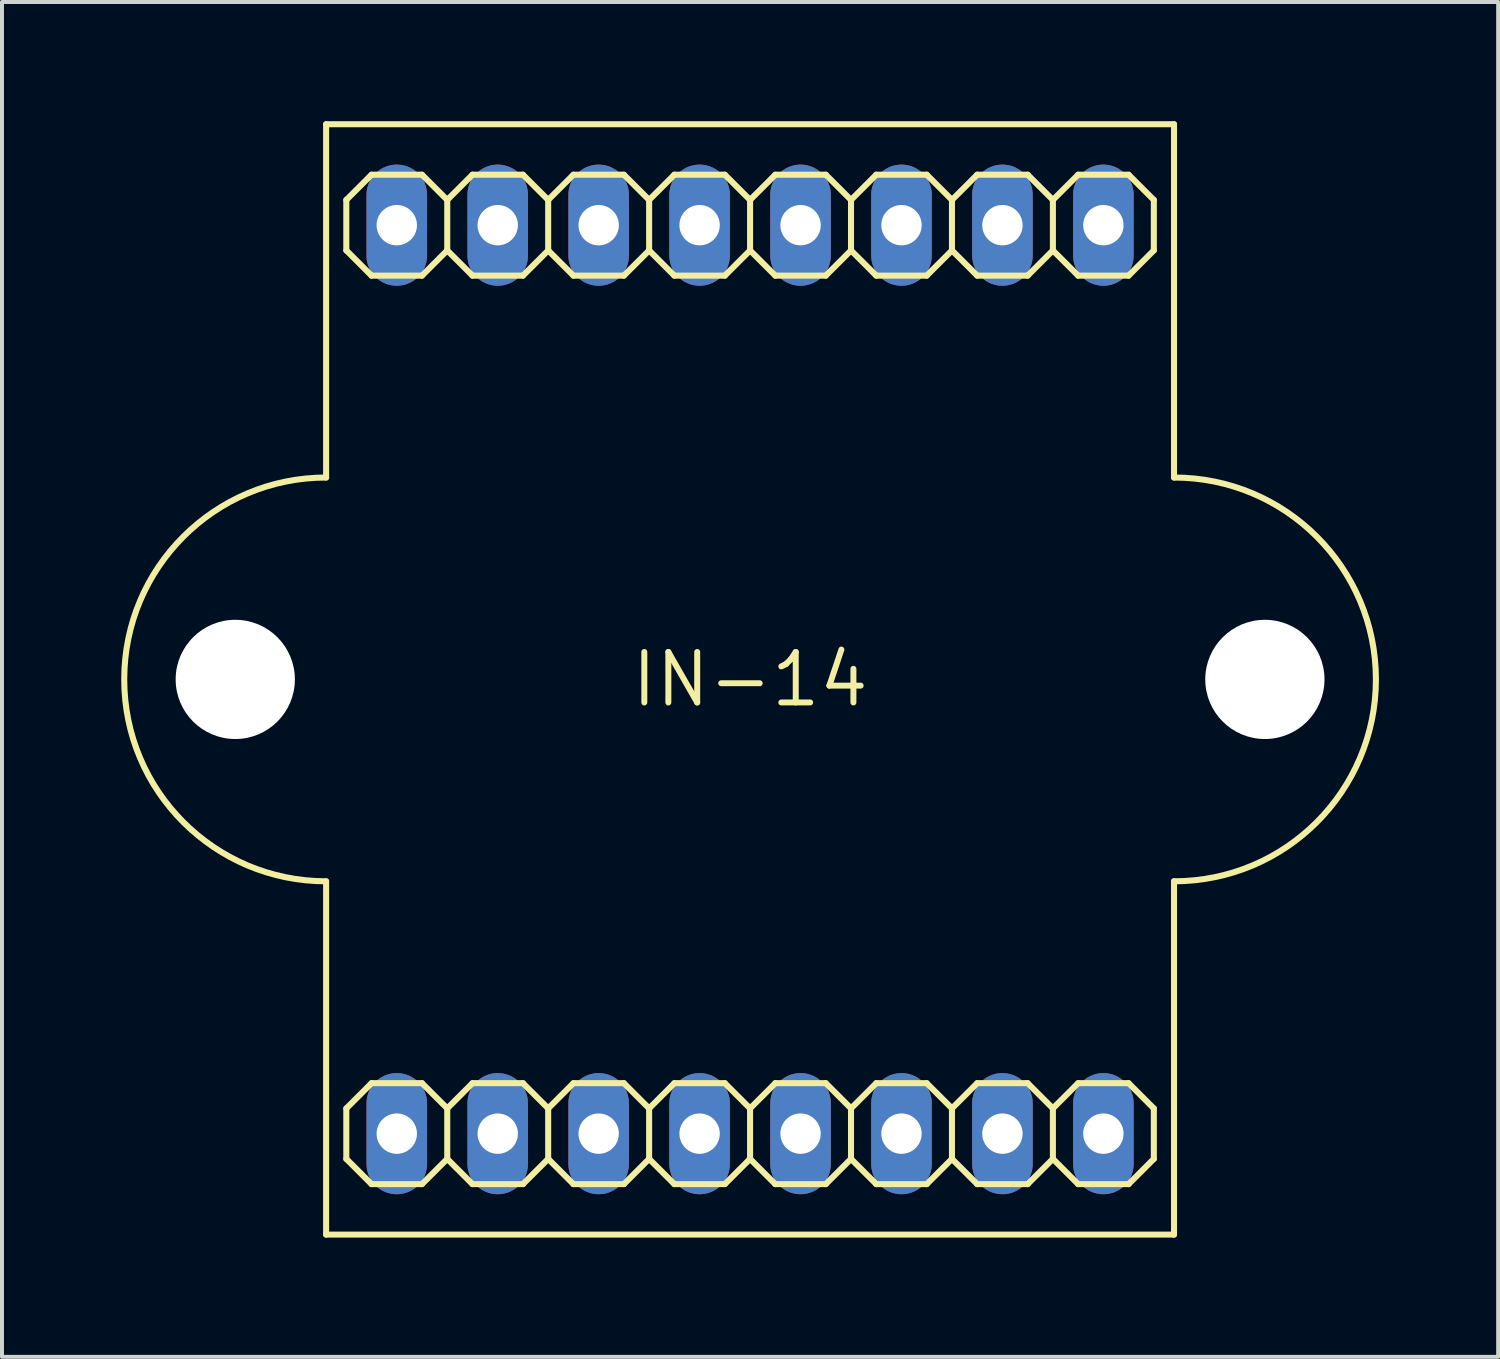
<source format=kicad_pcb>
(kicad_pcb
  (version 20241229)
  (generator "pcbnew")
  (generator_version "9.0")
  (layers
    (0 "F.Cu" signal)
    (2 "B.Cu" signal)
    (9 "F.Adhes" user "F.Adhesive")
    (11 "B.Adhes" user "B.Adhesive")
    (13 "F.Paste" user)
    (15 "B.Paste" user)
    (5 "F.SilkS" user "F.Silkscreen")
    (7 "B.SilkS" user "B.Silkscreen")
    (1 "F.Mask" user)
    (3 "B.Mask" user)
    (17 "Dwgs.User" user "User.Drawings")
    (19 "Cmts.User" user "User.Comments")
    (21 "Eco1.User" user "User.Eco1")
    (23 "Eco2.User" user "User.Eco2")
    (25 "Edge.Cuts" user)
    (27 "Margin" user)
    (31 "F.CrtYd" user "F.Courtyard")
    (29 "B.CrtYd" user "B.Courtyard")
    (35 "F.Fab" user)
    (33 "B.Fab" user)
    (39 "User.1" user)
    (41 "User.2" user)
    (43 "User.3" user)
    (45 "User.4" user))
  (footprint "IN-14"
    (layer "F.Cu")
    (at 15.824 14.046)
    (property "Reference" "IN-14" (at 0 0 0) (layer "F.SilkS") (effects (font (size 1.27 1.27) (thickness 0.15))))
    (attr through_hole)
    (fp_line (start -10.668 -13.97) (end -10.668 -5.08) (stroke (width 0.152) (type solid)) (layer "F.SilkS"))
    (fp_line (start -10.668 -13.97) (end 10.668 -13.97) (stroke (width 0.152) (type solid)) (layer "F.SilkS"))
    (fp_line (start -10.668 5.08) (end -10.668 13.97) (stroke (width 0.152) (type solid)) (layer "F.SilkS"))
    (fp_line (start -10.668 13.97) (end 10.668 13.97) (stroke (width 0.152) (type solid)) (layer "F.SilkS"))
    (fp_line (start -10.16 -12.065) (end -10.16 -10.795) (stroke (width 0.152) (type solid)) (layer "F.SilkS"))
    (fp_line (start -10.16 -10.795) (end -9.525 -10.16) (stroke (width 0.152) (type solid)) (layer "F.SilkS"))
    (fp_line (start -10.16 10.795) (end -10.16 12.065) (stroke (width 0.152) (type solid)) (layer "F.SilkS"))
    (fp_line (start -10.16 12.065) (end -9.525 12.7) (stroke (width 0.152) (type solid)) (layer "F.SilkS"))
    (fp_line (start -9.525 -12.7) (end -10.16 -12.065) (stroke (width 0.152) (type solid)) (layer "F.SilkS"))
    (fp_line (start -9.525 -12.7) (end -8.255 -12.7) (stroke (width 0.152) (type solid)) (layer "F.SilkS"))
    (fp_line (start -9.525 10.16) (end -10.16 10.795) (stroke (width 0.152) (type solid)) (layer "F.SilkS"))
    (fp_line (start -9.525 10.16) (end -8.255 10.16) (stroke (width 0.152) (type solid)) (layer "F.SilkS"))
    (fp_line (start -8.255 -12.7) (end -7.62 -12.065) (stroke (width 0.152) (type solid)) (layer "F.SilkS"))
    (fp_line (start -8.255 -10.16) (end -9.525 -10.16) (stroke (width 0.152) (type solid)) (layer "F.SilkS"))
    (fp_line (start -8.255 10.16) (end -7.62 10.795) (stroke (width 0.152) (type solid)) (layer "F.SilkS"))
    (fp_line (start -8.255 12.7) (end -9.525 12.7) (stroke (width 0.152) (type solid)) (layer "F.SilkS"))
    (fp_line (start -7.62 -12.065) (end -7.62 -10.795) (stroke (width 0.152) (type solid)) (layer "F.SilkS"))
    (fp_line (start -7.62 -12.065) (end -6.985 -12.7) (stroke (width 0.152) (type solid)) (layer "F.SilkS"))
    (fp_line (start -7.62 -10.795) (end -8.255 -10.16) (stroke (width 0.152) (type solid)) (layer "F.SilkS"))
    (fp_line (start -7.62 10.795) (end -7.62 12.065) (stroke (width 0.152) (type solid)) (layer "F.SilkS"))
    (fp_line (start -7.62 10.795) (end -6.985 10.16) (stroke (width 0.152) (type solid)) (layer "F.SilkS"))
    (fp_line (start -7.62 12.065) (end -8.255 12.7) (stroke (width 0.152) (type solid)) (layer "F.SilkS"))
    (fp_line (start -6.985 -12.7) (end -5.715 -12.7) (stroke (width 0.152) (type solid)) (layer "F.SilkS"))
    (fp_line (start -6.985 -10.16) (end -7.62 -10.795) (stroke (width 0.152) (type solid)) (layer "F.SilkS"))
    (fp_line (start -6.985 10.16) (end -5.715 10.16) (stroke (width 0.152) (type solid)) (layer "F.SilkS"))
    (fp_line (start -6.985 12.7) (end -7.62 12.065) (stroke (width 0.152) (type solid)) (layer "F.SilkS"))
    (fp_line (start -5.715 -12.7) (end -5.08 -12.065) (stroke (width 0.152) (type solid)) (layer "F.SilkS"))
    (fp_line (start -5.715 -10.16) (end -6.985 -10.16) (stroke (width 0.152) (type solid)) (layer "F.SilkS"))
    (fp_line (start -5.715 10.16) (end -5.08 10.795) (stroke (width 0.152) (type solid)) (layer "F.SilkS"))
    (fp_line (start -5.715 12.7) (end -6.985 12.7) (stroke (width 0.152) (type solid)) (layer "F.SilkS"))
    (fp_line (start -5.08 -12.065) (end -5.08 -10.795) (stroke (width 0.152) (type solid)) (layer "F.SilkS"))
    (fp_line (start -5.08 -12.065) (end -4.445 -12.7) (stroke (width 0.152) (type solid)) (layer "F.SilkS"))
    (fp_line (start -5.08 -10.795) (end -5.715 -10.16) (stroke (width 0.152) (type solid)) (layer "F.SilkS"))
    (fp_line (start -5.08 10.795) (end -5.08 12.065) (stroke (width 0.152) (type solid)) (layer "F.SilkS"))
    (fp_line (start -5.08 10.795) (end -4.445 10.16) (stroke (width 0.152) (type solid)) (layer "F.SilkS"))
    (fp_line (start -5.08 12.065) (end -5.715 12.7) (stroke (width 0.152) (type solid)) (layer "F.SilkS"))
    (fp_line (start -4.445 -12.7) (end -3.175 -12.7) (stroke (width 0.152) (type solid)) (layer "F.SilkS"))
    (fp_line (start -4.445 -10.16) (end -5.08 -10.795) (stroke (width 0.152) (type solid)) (layer "F.SilkS"))
    (fp_line (start -4.445 10.16) (end -3.175 10.16) (stroke (width 0.152) (type solid)) (layer "F.SilkS"))
    (fp_line (start -4.445 12.7) (end -5.08 12.065) (stroke (width 0.152) (type solid)) (layer "F.SilkS"))
    (fp_line (start -3.175 -12.7) (end -2.54 -12.065) (stroke (width 0.152) (type solid)) (layer "F.SilkS"))
    (fp_line (start -3.175 -10.16) (end -4.445 -10.16) (stroke (width 0.152) (type solid)) (layer "F.SilkS"))
    (fp_line (start -3.175 10.16) (end -2.54 10.795) (stroke (width 0.152) (type solid)) (layer "F.SilkS"))
    (fp_line (start -3.175 12.7) (end -4.445 12.7) (stroke (width 0.152) (type solid)) (layer "F.SilkS"))
    (fp_line (start -2.54 -12.065) (end -2.54 -10.795) (stroke (width 0.152) (type solid)) (layer "F.SilkS"))
    (fp_line (start -2.54 -10.795) (end -3.175 -10.16) (stroke (width 0.152) (type solid)) (layer "F.SilkS"))
    (fp_line (start -2.54 -10.795) (end -1.905 -10.16) (stroke (width 0.152) (type solid)) (layer "F.SilkS"))
    (fp_line (start -2.54 10.795) (end -2.54 12.065) (stroke (width 0.152) (type solid)) (layer "F.SilkS"))
    (fp_line (start -2.54 12.065) (end -3.175 12.7) (stroke (width 0.152) (type solid)) (layer "F.SilkS"))
    (fp_line (start -2.54 12.065) (end -1.905 12.7) (stroke (width 0.152) (type solid)) (layer "F.SilkS"))
    (fp_line (start -1.905 -12.7) (end -2.54 -12.065) (stroke (width 0.152) (type solid)) (layer "F.SilkS"))
    (fp_line (start -1.905 -12.7) (end -0.635 -12.7) (stroke (width 0.152) (type solid)) (layer "F.SilkS"))
    (fp_line (start -1.905 10.16) (end -2.54 10.795) (stroke (width 0.152) (type solid)) (layer "F.SilkS"))
    (fp_line (start -1.905 10.16) (end -0.635 10.16) (stroke (width 0.152) (type solid)) (layer "F.SilkS"))
    (fp_line (start -0.635 -12.7) (end 0 -12.065) (stroke (width 0.152) (type solid)) (layer "F.SilkS"))
    (fp_line (start -0.635 -10.16) (end -1.905 -10.16) (stroke (width 0.152) (type solid)) (layer "F.SilkS"))
    (fp_line (start -0.635 10.16) (end 0 10.795) (stroke (width 0.152) (type solid)) (layer "F.SilkS"))
    (fp_line (start -0.635 12.7) (end -1.905 12.7) (stroke (width 0.152) (type solid)) (layer "F.SilkS"))
    (fp_line (start 0 -12.065) (end 0 -10.795) (stroke (width 0.152) (type solid)) (layer "F.SilkS"))
    (fp_line (start 0 -12.065) (end 0.635 -12.7) (stroke (width 0.152) (type solid)) (layer "F.SilkS"))
    (fp_line (start 0 -10.795) (end -0.635 -10.16) (stroke (width 0.152) (type solid)) (layer "F.SilkS"))
    (fp_line (start 0 10.795) (end 0 12.065) (stroke (width 0.152) (type solid)) (layer "F.SilkS"))
    (fp_line (start 0 10.795) (end 0.635 10.16) (stroke (width 0.152) (type solid)) (layer "F.SilkS"))
    (fp_line (start 0 12.065) (end -0.635 12.7) (stroke (width 0.152) (type solid)) (layer "F.SilkS"))
    (fp_line (start 0.635 -12.7) (end 1.905 -12.7) (stroke (width 0.152) (type solid)) (layer "F.SilkS"))
    (fp_line (start 0.635 -10.16) (end 0 -10.795) (stroke (width 0.152) (type solid)) (layer "F.SilkS"))
    (fp_line (start 0.635 10.16) (end 1.905 10.16) (stroke (width 0.152) (type solid)) (layer "F.SilkS"))
    (fp_line (start 0.635 12.7) (end 0 12.065) (stroke (width 0.152) (type solid)) (layer "F.SilkS"))
    (fp_line (start 1.905 -12.7) (end 2.54 -12.065) (stroke (width 0.152) (type solid)) (layer "F.SilkS"))
    (fp_line (start 1.905 -10.16) (end 0.635 -10.16) (stroke (width 0.152) (type solid)) (layer "F.SilkS"))
    (fp_line (start 1.905 10.16) (end 2.54 10.795) (stroke (width 0.152) (type solid)) (layer "F.SilkS"))
    (fp_line (start 1.905 12.7) (end 0.635 12.7) (stroke (width 0.152) (type solid)) (layer "F.SilkS"))
    (fp_line (start 2.54 -12.065) (end 2.54 -10.795) (stroke (width 0.152) (type solid)) (layer "F.SilkS"))
    (fp_line (start 2.54 -12.065) (end 3.175 -12.7) (stroke (width 0.152) (type solid)) (layer "F.SilkS"))
    (fp_line (start 2.54 -10.795) (end 1.905 -10.16) (stroke (width 0.152) (type solid)) (layer "F.SilkS"))
    (fp_line (start 2.54 10.795) (end 2.54 12.065) (stroke (width 0.152) (type solid)) (layer "F.SilkS"))
    (fp_line (start 2.54 10.795) (end 3.175 10.16) (stroke (width 0.152) (type solid)) (layer "F.SilkS"))
    (fp_line (start 2.54 12.065) (end 1.905 12.7) (stroke (width 0.152) (type solid)) (layer "F.SilkS"))
    (fp_line (start 3.175 -12.7) (end 4.445 -12.7) (stroke (width 0.152) (type solid)) (layer "F.SilkS"))
    (fp_line (start 3.175 -10.16) (end 2.54 -10.795) (stroke (width 0.152) (type solid)) (layer "F.SilkS"))
    (fp_line (start 3.175 10.16) (end 4.445 10.16) (stroke (width 0.152) (type solid)) (layer "F.SilkS"))
    (fp_line (start 3.175 12.7) (end 2.54 12.065) (stroke (width 0.152) (type solid)) (layer "F.SilkS"))
    (fp_line (start 4.445 -12.7) (end 5.08 -12.065) (stroke (width 0.152) (type solid)) (layer "F.SilkS"))
    (fp_line (start 4.445 -10.16) (end 3.175 -10.16) (stroke (width 0.152) (type solid)) (layer "F.SilkS"))
    (fp_line (start 4.445 10.16) (end 5.08 10.795) (stroke (width 0.152) (type solid)) (layer "F.SilkS"))
    (fp_line (start 4.445 12.7) (end 3.175 12.7) (stroke (width 0.152) (type solid)) (layer "F.SilkS"))
    (fp_line (start 5.08 -12.065) (end 5.08 -10.795) (stroke (width 0.152) (type solid)) (layer "F.SilkS"))
    (fp_line (start 5.08 -10.795) (end 4.445 -10.16) (stroke (width 0.152) (type solid)) (layer "F.SilkS"))
    (fp_line (start 5.08 -10.795) (end 5.715 -10.16) (stroke (width 0.152) (type solid)) (layer "F.SilkS"))
    (fp_line (start 5.08 10.795) (end 5.08 12.065) (stroke (width 0.152) (type solid)) (layer "F.SilkS"))
    (fp_line (start 5.08 12.065) (end 4.445 12.7) (stroke (width 0.152) (type solid)) (layer "F.SilkS"))
    (fp_line (start 5.08 12.065) (end 5.715 12.7) (stroke (width 0.152) (type solid)) (layer "F.SilkS"))
    (fp_line (start 5.715 -12.7) (end 5.08 -12.065) (stroke (width 0.152) (type solid)) (layer "F.SilkS"))
    (fp_line (start 5.715 -12.7) (end 6.985 -12.7) (stroke (width 0.152) (type solid)) (layer "F.SilkS"))
    (fp_line (start 5.715 10.16) (end 5.08 10.795) (stroke (width 0.152) (type solid)) (layer "F.SilkS"))
    (fp_line (start 5.715 10.16) (end 6.985 10.16) (stroke (width 0.152) (type solid)) (layer "F.SilkS"))
    (fp_line (start 6.985 -12.7) (end 7.62 -12.065) (stroke (width 0.152) (type solid)) (layer "F.SilkS"))
    (fp_line (start 6.985 -10.16) (end 5.715 -10.16) (stroke (width 0.152) (type solid)) (layer "F.SilkS"))
    (fp_line (start 6.985 10.16) (end 7.62 10.795) (stroke (width 0.152) (type solid)) (layer "F.SilkS"))
    (fp_line (start 6.985 12.7) (end 5.715 12.7) (stroke (width 0.152) (type solid)) (layer "F.SilkS"))
    (fp_line (start 7.62 -12.065) (end 7.62 -10.795) (stroke (width 0.152) (type solid)) (layer "F.SilkS"))
    (fp_line (start 7.62 -10.795) (end 6.985 -10.16) (stroke (width 0.152) (type solid)) (layer "F.SilkS"))
    (fp_line (start 7.62 -10.795) (end 8.255 -10.16) (stroke (width 0.152) (type solid)) (layer "F.SilkS"))
    (fp_line (start 7.62 10.795) (end 7.62 12.065) (stroke (width 0.152) (type solid)) (layer "F.SilkS"))
    (fp_line (start 7.62 12.065) (end 6.985 12.7) (stroke (width 0.152) (type solid)) (layer "F.SilkS"))
    (fp_line (start 7.62 12.065) (end 8.255 12.7) (stroke (width 0.152) (type solid)) (layer "F.SilkS"))
    (fp_line (start 8.255 -12.7) (end 7.62 -12.065) (stroke (width 0.152) (type solid)) (layer "F.SilkS"))
    (fp_line (start 8.255 -12.7) (end 9.525 -12.7) (stroke (width 0.152) (type solid)) (layer "F.SilkS"))
    (fp_line (start 8.255 10.16) (end 7.62 10.795) (stroke (width 0.152) (type solid)) (layer "F.SilkS"))
    (fp_line (start 8.255 10.16) (end 9.525 10.16) (stroke (width 0.152) (type solid)) (layer "F.SilkS"))
    (fp_line (start 9.525 -12.7) (end 10.16 -12.065) (stroke (width 0.152) (type solid)) (layer "F.SilkS"))
    (fp_line (start 9.525 -10.16) (end 8.255 -10.16) (stroke (width 0.152) (type solid)) (layer "F.SilkS"))
    (fp_line (start 9.525 10.16) (end 10.16 10.795) (stroke (width 0.152) (type solid)) (layer "F.SilkS"))
    (fp_line (start 9.525 12.7) (end 8.255 12.7) (stroke (width 0.152) (type solid)) (layer "F.SilkS"))
    (fp_line (start 10.16 -12.065) (end 10.16 -10.795) (stroke (width 0.152) (type solid)) (layer "F.SilkS"))
    (fp_line (start 10.16 -10.795) (end 9.525 -10.16) (stroke (width 0.152) (type solid)) (layer "F.SilkS"))
    (fp_line (start 10.16 10.795) (end 10.16 12.065) (stroke (width 0.152) (type solid)) (layer "F.SilkS"))
    (fp_line (start 10.16 12.065) (end 9.525 12.7) (stroke (width 0.152) (type solid)) (layer "F.SilkS"))
    (fp_line (start 10.668 -13.97) (end 10.668 -5.08) (stroke (width 0.152) (type solid)) (layer "F.SilkS"))
    (fp_line (start 10.668 5.08) (end 10.668 13.97) (stroke (width 0.152) (type solid)) (layer "F.SilkS"))
    (fp_arc (start -10.668 5.08) (mid -15.748 0) (end -10.668 -5.08) (stroke (width 0.1524) (type solid)) (layer "F.SilkS"))
    (fp_arc (start 10.668 -5.08) (mid 15.748 0) (end 10.668 5.08) (stroke (width 0.1524) (type solid)) (layer "F.SilkS"))
    (fp_poly (pts (xy -9.144 -11.176) (xy -8.636 -11.176) (xy -8.636 -11.684) (xy -9.144 -11.684)) (stroke (width 0.1) (type solid)) (fill no) (layer "F.Fab"))
    (fp_poly (pts (xy -9.144 11.684) (xy -8.636 11.684) (xy -8.636 11.176) (xy -9.144 11.176)) (stroke (width 0.1) (type solid)) (fill no) (layer "F.Fab"))
    (fp_poly (pts (xy -6.604 -11.176) (xy -6.096 -11.176) (xy -6.096 -11.684) (xy -6.604 -11.684)) (stroke (width 0.1) (type solid)) (fill no) (layer "F.Fab"))
    (fp_poly (pts (xy -6.604 11.684) (xy -6.096 11.684) (xy -6.096 11.176) (xy -6.604 11.176)) (stroke (width 0.1) (type solid)) (fill no) (layer "F.Fab"))
    (fp_poly (pts (xy -4.064 -11.176) (xy -3.556 -11.176) (xy -3.556 -11.684) (xy -4.064 -11.684)) (stroke (width 0.1) (type solid)) (fill no) (layer "F.Fab"))
    (fp_poly (pts (xy -4.064 11.684) (xy -3.556 11.684) (xy -3.556 11.176) (xy -4.064 11.176)) (stroke (width 0.1) (type solid)) (fill no) (layer "F.Fab"))
    (fp_poly (pts (xy -1.524 -11.176) (xy -1.016 -11.176) (xy -1.016 -11.684) (xy -1.524 -11.684)) (stroke (width 0.1) (type solid)) (fill no) (layer "F.Fab"))
    (fp_poly (pts (xy -1.524 11.684) (xy -1.016 11.684) (xy -1.016 11.176) (xy -1.524 11.176)) (stroke (width 0.1) (type solid)) (fill no) (layer "F.Fab"))
    (fp_poly (pts (xy 1.016 -11.176) (xy 1.524 -11.176) (xy 1.524 -11.684) (xy 1.016 -11.684)) (stroke (width 0.1) (type solid)) (fill no) (layer "F.Fab"))
    (fp_poly (pts (xy 1.016 11.684) (xy 1.524 11.684) (xy 1.524 11.176) (xy 1.016 11.176)) (stroke (width 0.1) (type solid)) (fill no) (layer "F.Fab"))
    (fp_poly (pts (xy 3.556 -11.176) (xy 4.064 -11.176) (xy 4.064 -11.684) (xy 3.556 -11.684)) (stroke (width 0.1) (type solid)) (fill no) (layer "F.Fab"))
    (fp_poly (pts (xy 3.556 11.684) (xy 4.064 11.684) (xy 4.064 11.176) (xy 3.556 11.176)) (stroke (width 0.1) (type solid)) (fill no) (layer "F.Fab"))
    (fp_poly (pts (xy 6.096 -11.176) (xy 6.604 -11.176) (xy 6.604 -11.684) (xy 6.096 -11.684)) (stroke (width 0.1) (type solid)) (fill no) (layer "F.Fab"))
    (fp_poly (pts (xy 6.096 11.684) (xy 6.604 11.684) (xy 6.604 11.176) (xy 6.096 11.176)) (stroke (width 0.1) (type solid)) (fill no) (layer "F.Fab"))
    (fp_poly (pts (xy 8.636 -11.176) (xy 9.144 -11.176) (xy 9.144 -11.684) (xy 8.636 -11.684)) (stroke (width 0.1) (type solid)) (fill no) (layer "F.Fab"))
    (fp_poly (pts (xy 8.636 11.684) (xy 9.144 11.684) (xy 9.144 11.176) (xy 8.636 11.176)) (stroke (width 0.1) (type solid)) (fill no) (layer "F.Fab"))
    (pad "" np_thru_hole circle (at -12.954 0) (size 3 3) (drill 3) (layers "*.Cu" "*.Mask"))
    (pad "" np_thru_hole circle (at 12.954 0) (size 3 3) (drill 3) (layers "*.Cu" "*.Mask"))
    (pad "1" thru_hole oval (at -8.89 -11.43 90) (size 3.048 1.524) (drill 1.016) (layers "*.Cu" "*.Mask"))
    (pad "2" thru_hole oval (at -6.35 -11.43 90) (size 3.048 1.524) (drill 1.016) (layers "*.Cu" "*.Mask"))
    (pad "3" thru_hole oval (at -3.81 -11.43 90) (size 3.048 1.524) (drill 1.016) (layers "*.Cu" "*.Mask"))
    (pad "4" thru_hole oval (at -1.27 -11.43 90) (size 3.048 1.524) (drill 1.016) (layers "*.Cu" "*.Mask"))
    (pad "5" thru_hole oval (at 1.27 -11.43 90) (size 3.048 1.524) (drill 1.016) (layers "*.Cu" "*.Mask"))
    (pad "6" thru_hole oval (at 3.81 -11.43 90) (size 3.048 1.524) (drill 1.016) (layers "*.Cu" "*.Mask"))
    (pad "7" thru_hole oval (at 6.35 -11.43 90) (size 3.048 1.524) (drill 1.016) (layers "*.Cu" "*.Mask"))
    (pad "8" thru_hole oval (at 8.89 -11.43 90) (size 3.048 1.524) (drill 1.016) (layers "*.Cu" "*.Mask"))
    (pad "9" thru_hole oval (at -8.89 11.43 90) (size 3.048 1.524) (drill 1.016) (layers "*.Cu" "*.Mask"))
    (pad "10" thru_hole oval (at -6.35 11.43 90) (size 3.048 1.524) (drill 1.016) (layers "*.Cu" "*.Mask"))
    (pad "11" thru_hole oval (at -3.81 11.43 90) (size 3.048 1.524) (drill 1.016) (layers "*.Cu" "*.Mask"))
    (pad "12" thru_hole oval (at -1.27 11.43 90) (size 3.048 1.524) (drill 1.016) (layers "*.Cu" "*.Mask"))
    (pad "13" thru_hole oval (at 1.27 11.43 90) (size 3.048 1.524) (drill 1.016) (layers "*.Cu" "*.Mask"))
    (pad "14" thru_hole oval (at 3.81 11.43 90) (size 3.048 1.524) (drill 1.016) (layers "*.Cu" "*.Mask"))
    (pad "15" thru_hole oval (at 6.35 11.43 90) (size 3.048 1.524) (drill 1.016) (layers "*.Cu" "*.Mask"))
    (pad "16" thru_hole oval (at 8.89 11.43 90) (size 3.048 1.524) (drill 1.016) (layers "*.Cu" "*.Mask")))
  (gr_rect
    (start -3 -3)
    (end 34.648 31.092)
    (stroke (width 0.1) (type default))
    (fill no)
    (layer "Edge.Cuts")))
</source>
